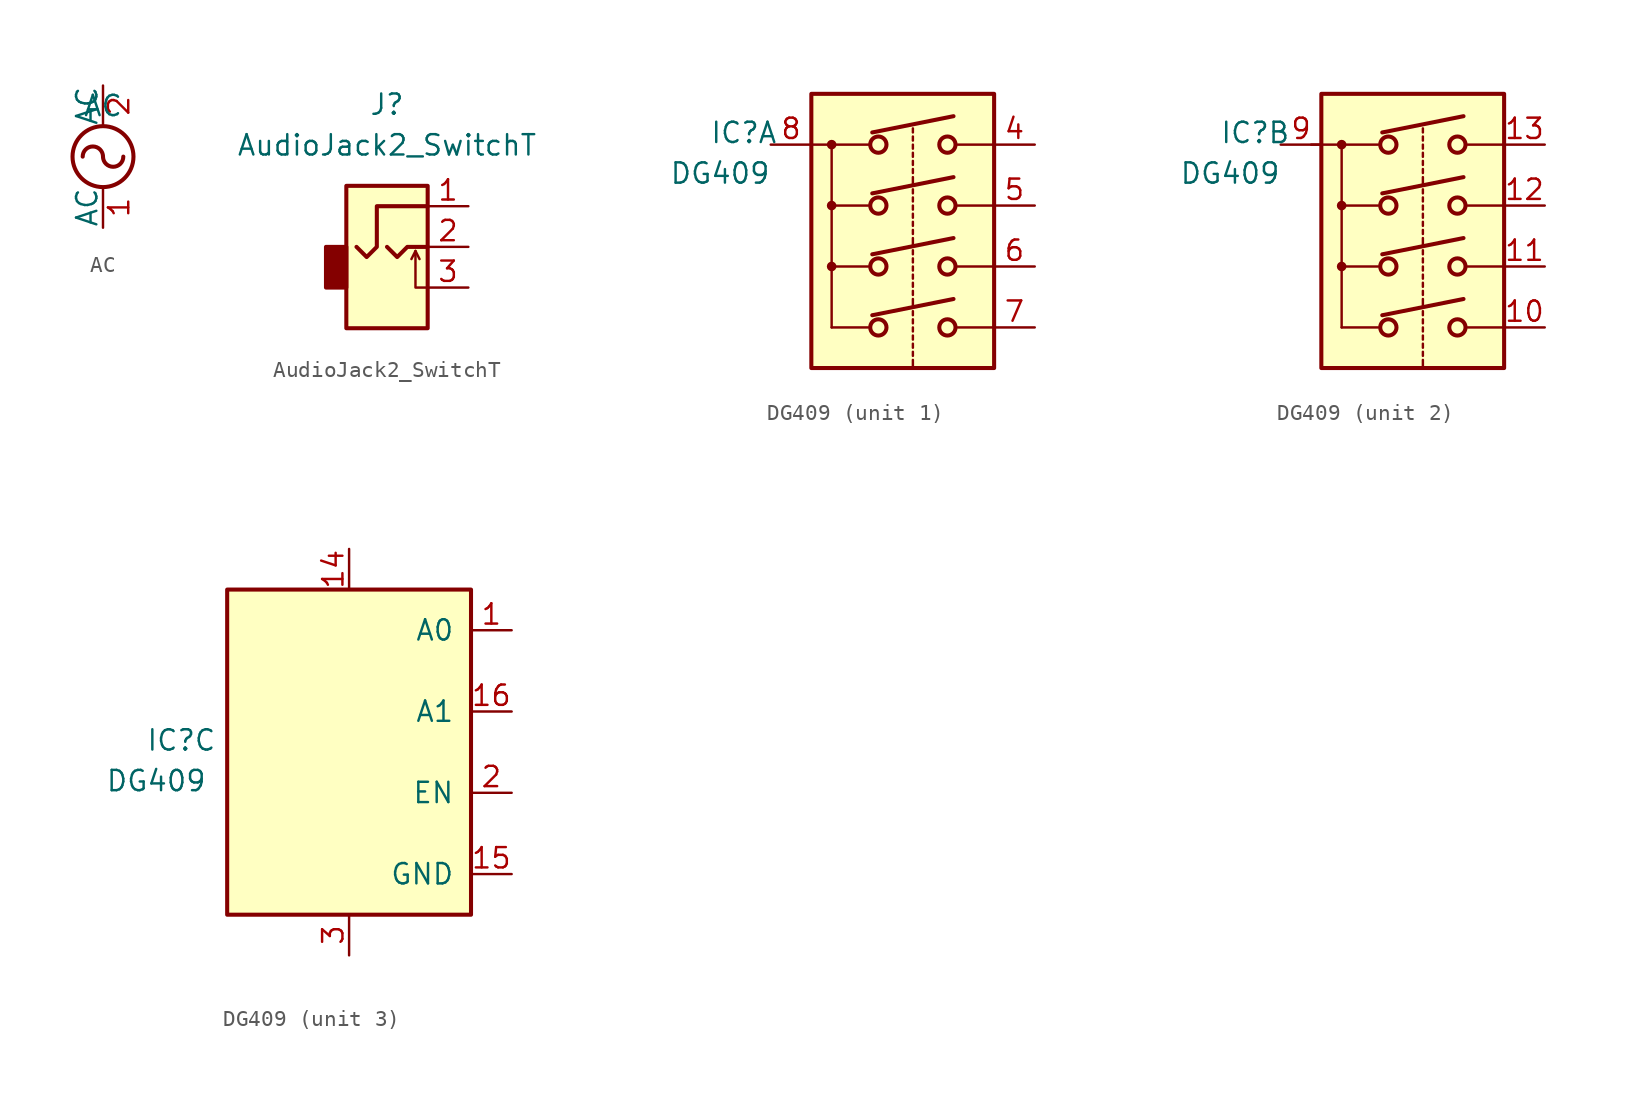
<source format=kicad_sym>
(kicad_symbol_lib
  (version 20220914)
  (generator kicad_symbol_editor)
  (symbol "AC"
    (pin_names
      (offset 0))
    (property "Reference" "#PWR"
      (at 0 -2.54 0)
      (effects (font (size 1.27 1.27)) hide))
    (property "Value" "AC"
      (at 0 6.35 0)
      (effects (font (size 1.27 1.27))))
    (symbol "AC_0_0"
      (pin power_in line (at 0 -1.27 90) (length 2.54) (name "AC" (effects (font (size 1.27 1.27)))) (number "1" (effects (font (size 1.27 1.27)))))
      (pin power_in line (at 0 7.62 270) (length 2.54) (name "AC" (effects (font (size 1.27 1.27)))) (number "2" (effects (font (size 1.27 1.27))))))
    (symbol "AC_0_1"
      (arc (start 0 3.175) (mid -0.635 3.8073) (end -1.27 3.175) (stroke (width 0.254) (type default)) (fill (type none)))
      (arc (start 0 3.175) (mid 0.635 2.5427) (end 1.27 3.175) (stroke (width 0.254) (type default)) (fill (type none)))
      (circle (center 0 3.175) (radius 1.905) (stroke (width 0.254) (type default)) (fill (type none)))))
  (symbol "AudioJack2_SwitchT"
    (property "Reference" "J"
      (at 0 8.89 0)
      (effects (font (size 1.27 1.27))))
    (property "Value" "AudioJack2_SwitchT"
      (at 0 6.35 0)
      (effects (font (size 1.27 1.27))))
    (symbol "AudioJack2_SwitchT_0_1"
      (rectangle (start -2.54 0) (end -3.81 -2.54) (stroke (width 0.254) (type default)) (fill (type outline)))
      (polyline (pts (xy 1.778 -0.254) (xy 2.032 -0.762)) (stroke (width 0) (type default)) (fill (type none)))
      (polyline (pts (xy 0 0) (xy 0.635 -0.635) (xy 1.27 0) (xy 2.54 0)) (stroke (width 0.254) (type default)) (fill (type none)))
      (polyline (pts (xy 2.54 -2.54) (xy 1.778 -2.54) (xy 1.778 -0.254) (xy 1.524 -0.762)) (stroke (width 0) (type default)) (fill (type none)))
      (polyline (pts (xy 2.54 2.54) (xy -0.635 2.54) (xy -0.635 0) (xy -1.27 -0.635) (xy -1.905 0)) (stroke (width 0.254) (type default)) (fill (type none)))
      (rectangle (start 2.54 3.81) (end -2.54 -5.08) (stroke (width 0.254) (type default)) (fill (type background))))
    (symbol "AudioJack2_SwitchT_1_1"
      (pin passive line (at 5.08 2.54 180) (length 2.54) (name "~" (effects (font (size 1.27 1.27)))) (number "1" (effects (font (size 1.27 1.27)))))
      (pin passive line (at 5.08 0 180) (length 2.54) (name "~" (effects (font (size 1.27 1.27)))) (number "2" (effects (font (size 1.27 1.27)))))
      (pin passive line (at 5.08 -2.54 180) (length 2.54) (name "~" (effects (font (size 1.27 1.27)))) (number "3" (effects (font (size 1.27 1.27)))))))
  (symbol "DG409"
    (pin_names
      (offset 1.016))
    (property "Reference" "IC"
      (at -12.7 0 0)
      (effects (font (size 1.27 1.27)) (justify left bottom)))
    (property "Value" "DG409"
      (at -15.24 -2.54 0)
      (effects (font (size 1.27 1.27)) (justify left bottom)))
    (property "ki_locked" ""
      (at 0 0 0)
      (effects (font (size 1.27 1.27))))
    (symbol "DG409_1_1"
      (rectangle (start -6.35 3.175) (end 5.08 -13.97) (stroke (width 0.254) (type default)) (fill (type background)))
      (circle (center -5.08 -7.62) (radius 0.225) (stroke (width 0) (type default)) (fill (type outline)))
      (circle (center -5.08 -3.81) (radius 0.225) (stroke (width 0) (type default)) (fill (type outline)))
      (circle (center -5.08 0) (radius 0.225) (stroke (width 0) (type default)) (fill (type outline)))
      (circle (center -2.159 -11.43) (radius 0.508) (stroke (width 0.254) (type default)) (fill (type none)))
      (circle (center -2.159 -7.62) (radius 0.508) (stroke (width 0.254) (type default)) (fill (type none)))
      (circle (center -2.159 -3.81) (radius 0.508) (stroke (width 0.254) (type default)) (fill (type none)))
      (circle (center -2.159 0) (radius 0.508) (stroke (width 0.254) (type default)) (fill (type none)))
      (polyline (pts (xy -6.35 0) (xy -2.667 0)) (stroke (width 0) (type default)) (fill (type none)))
      (polyline (pts (xy -5.08 -11.43) (xy -2.794 -11.43)) (stroke (width 0) (type default)) (fill (type none)))
      (polyline (pts (xy -5.08 -7.62) (xy -2.794 -7.62)) (stroke (width 0) (type default)) (fill (type none)))
      (polyline (pts (xy -5.08 -3.81) (xy -2.794 -3.81)) (stroke (width 0) (type default)) (fill (type none)))
      (polyline (pts (xy -5.08 0) (xy -5.08 -11.43)) (stroke (width 0) (type default)) (fill (type none)))
      (polyline (pts (xy -2.54 -10.668) (xy 2.54 -9.652)) (stroke (width 0.254) (type default)) (fill (type none)))
      (polyline (pts (xy -2.54 -6.858) (xy 2.54 -5.842)) (stroke (width 0.254) (type default)) (fill (type none)))
      (polyline (pts (xy -2.54 -3.048) (xy 2.54 -2.032)) (stroke (width 0.254) (type default)) (fill (type none)))
      (polyline (pts (xy -2.54 0.762) (xy 2.54 1.778)) (stroke (width 0.254) (type default)) (fill (type none)))
      (polyline (pts (xy 0 -13.97) (xy 0 -13.462)) (stroke (width 0) (type default)) (fill (type none)))
      (polyline (pts (xy 0 -13.208) (xy 0 -12.954)) (stroke (width 0) (type default)) (fill (type none)))
      (polyline (pts (xy 0 -12.7) (xy 0 -12.446)) (stroke (width 0) (type default)) (fill (type none)))
      (polyline (pts (xy 0 -12.192) (xy 0 -11.938)) (stroke (width 0) (type default)) (fill (type none)))
      (polyline (pts (xy 0 -11.684) (xy 0 -11.43)) (stroke (width 0) (type default)) (fill (type none)))
      (polyline (pts (xy 0 -11.176) (xy 0 -10.922)) (stroke (width 0) (type default)) (fill (type none)))
      (polyline (pts (xy 0 -10.668) (xy 0 -10.414)) (stroke (width 0) (type default)) (fill (type none)))
      (polyline (pts (xy 0 -10.16) (xy 0 -9.652)) (stroke (width 0) (type default)) (fill (type none)))
      (polyline (pts (xy 0 -9.398) (xy 0 -9.144)) (stroke (width 0) (type default)) (fill (type none)))
      (polyline (pts (xy 0 -8.89) (xy 0 -8.636)) (stroke (width 0) (type default)) (fill (type none)))
      (polyline (pts (xy 0 -8.382) (xy 0 -8.128)) (stroke (width 0) (type default)) (fill (type none)))
      (polyline (pts (xy 0 -7.874) (xy 0 -7.62)) (stroke (width 0) (type default)) (fill (type none)))
      (polyline (pts (xy 0 -7.366) (xy 0 -7.112)) (stroke (width 0) (type default)) (fill (type none)))
      (polyline (pts (xy 0 -6.858) (xy 0 -6.604)) (stroke (width 0) (type default)) (fill (type none)))
      (polyline (pts (xy 0 -6.35) (xy 0 -5.842)) (stroke (width 0) (type default)) (fill (type none)))
      (polyline (pts (xy 0 -5.588) (xy 0 -5.334)) (stroke (width 0) (type default)) (fill (type none)))
      (polyline (pts (xy 0 -5.08) (xy 0 -4.826)) (stroke (width 0) (type default)) (fill (type none)))
      (polyline (pts (xy 0 -4.572) (xy 0 -4.318)) (stroke (width 0) (type default)) (fill (type none)))
      (polyline (pts (xy 0 -4.064) (xy 0 -3.81)) (stroke (width 0) (type default)) (fill (type none)))
      (polyline (pts (xy 0 -3.556) (xy 0 -3.302)) (stroke (width 0) (type default)) (fill (type none)))
      (polyline (pts (xy 0 -3.048) (xy 0 -2.794)) (stroke (width 0) (type default)) (fill (type none)))
      (polyline (pts (xy 0 -2.54) (xy 0 -2.032)) (stroke (width 0) (type default)) (fill (type none)))
      (polyline (pts (xy 0 -1.778) (xy 0 -1.524)) (stroke (width 0) (type default)) (fill (type none)))
      (polyline (pts (xy 0 -1.27) (xy 0 -1.016)) (stroke (width 0) (type default)) (fill (type none)))
      (polyline (pts (xy 0 -0.762) (xy 0 -0.508)) (stroke (width 0) (type default)) (fill (type none)))
      (polyline (pts (xy 0 -0.254) (xy 0 0)) (stroke (width 0) (type default)) (fill (type none)))
      (polyline (pts (xy 0 0.254) (xy 0 0.508)) (stroke (width 0) (type default)) (fill (type none)))
      (polyline (pts (xy 0 0.762) (xy 0 1.016)) (stroke (width 0) (type default)) (fill (type none)))
      (polyline (pts (xy 5.08 -11.43) (xy 2.794 -11.43)) (stroke (width 0) (type default)) (fill (type none)))
      (polyline (pts (xy 5.08 -7.62) (xy 2.794 -7.62)) (stroke (width 0) (type default)) (fill (type none)))
      (polyline (pts (xy 5.08 -3.81) (xy 2.794 -3.81)) (stroke (width 0) (type default)) (fill (type none)))
      (polyline (pts (xy 5.08 0) (xy 2.794 0)) (stroke (width 0) (type default)) (fill (type none)))
      (circle (center 2.159 -11.43) (radius 0.508) (stroke (width 0.254) (type default)) (fill (type none)))
      (circle (center 2.159 -7.62) (radius 0.508) (stroke (width 0.254) (type default)) (fill (type none)))
      (circle (center 2.159 -3.81) (radius 0.508) (stroke (width 0.254) (type default)) (fill (type none)))
      (circle (center 2.159 0) (radius 0.508) (stroke (width 0.254) (type default)) (fill (type none)))
      (pin passive line (at 7.62 0 180) (length 2.54) (name "~" (effects (font (size 1.27 1.27)))) (number "4" (effects (font (size 1.27 1.27)))))
      (pin passive line (at 7.62 -3.81 180) (length 2.54) (name "~" (effects (font (size 1.27 1.27)))) (number "5" (effects (font (size 1.27 1.27)))))
      (pin passive line (at 7.62 -7.62 180) (length 2.54) (name "~" (effects (font (size 1.27 1.27)))) (number "6" (effects (font (size 1.27 1.27)))))
      (pin passive line (at 7.62 -11.43 180) (length 2.54) (name "~" (effects (font (size 1.27 1.27)))) (number "7" (effects (font (size 1.27 1.27)))))
      (pin passive line (at -8.89 0 0) (length 2.54) (name "~" (effects (font (size 1.27 1.27)))) (number "8" (effects (font (size 1.27 1.27))))))
    (symbol "DG409_2_1"
      (rectangle (start -6.35 3.175) (end 5.08 -13.97) (stroke (width 0.254) (type default)) (fill (type background)))
      (circle (center -5.08 -7.62) (radius 0.225) (stroke (width 0) (type default)) (fill (type outline)))
      (circle (center -5.08 -3.81) (radius 0.225) (stroke (width 0) (type default)) (fill (type outline)))
      (circle (center -5.08 0) (radius 0.225) (stroke (width 0) (type default)) (fill (type outline)))
      (circle (center -2.159 -11.43) (radius 0.508) (stroke (width 0.254) (type default)) (fill (type none)))
      (circle (center -2.159 -7.62) (radius 0.508) (stroke (width 0.254) (type default)) (fill (type none)))
      (circle (center -2.159 -3.81) (radius 0.508) (stroke (width 0.254) (type default)) (fill (type none)))
      (circle (center -2.159 0) (radius 0.508) (stroke (width 0.254) (type default)) (fill (type none)))
      (polyline (pts (xy -6.985 0) (xy -2.794 0)) (stroke (width 0) (type default)) (fill (type none)))
      (polyline (pts (xy -5.08 -11.43) (xy -2.794 -11.43)) (stroke (width 0) (type default)) (fill (type none)))
      (polyline (pts (xy -5.08 -7.62) (xy -2.794 -7.62)) (stroke (width 0) (type default)) (fill (type none)))
      (polyline (pts (xy -5.08 -3.81) (xy -2.794 -3.81)) (stroke (width 0) (type default)) (fill (type none)))
      (polyline (pts (xy -5.08 0) (xy -5.08 -11.43)) (stroke (width 0) (type default)) (fill (type none)))
      (polyline (pts (xy -2.54 -10.668) (xy 2.54 -9.652)) (stroke (width 0.254) (type default)) (fill (type none)))
      (polyline (pts (xy -2.54 -6.858) (xy 2.54 -5.842)) (stroke (width 0.254) (type default)) (fill (type none)))
      (polyline (pts (xy -2.54 -3.048) (xy 2.54 -2.032)) (stroke (width 0.254) (type default)) (fill (type none)))
      (polyline (pts (xy -2.54 0.762) (xy 2.54 1.778)) (stroke (width 0.254) (type default)) (fill (type none)))
      (polyline (pts (xy 0 -13.97) (xy 0 -13.462)) (stroke (width 0) (type default)) (fill (type none)))
      (polyline (pts (xy 0 -13.208) (xy 0 -12.954)) (stroke (width 0) (type default)) (fill (type none)))
      (polyline (pts (xy 0 -12.7) (xy 0 -12.446)) (stroke (width 0) (type default)) (fill (type none)))
      (polyline (pts (xy 0 -12.192) (xy 0 -11.938)) (stroke (width 0) (type default)) (fill (type none)))
      (polyline (pts (xy 0 -11.684) (xy 0 -11.43)) (stroke (width 0) (type default)) (fill (type none)))
      (polyline (pts (xy 0 -11.176) (xy 0 -10.922)) (stroke (width 0) (type default)) (fill (type none)))
      (polyline (pts (xy 0 -10.668) (xy 0 -10.414)) (stroke (width 0) (type default)) (fill (type none)))
      (polyline (pts (xy 0 -10.16) (xy 0 -9.652)) (stroke (width 0) (type default)) (fill (type none)))
      (polyline (pts (xy 0 -9.398) (xy 0 -9.144)) (stroke (width 0) (type default)) (fill (type none)))
      (polyline (pts (xy 0 -8.89) (xy 0 -8.636)) (stroke (width 0) (type default)) (fill (type none)))
      (polyline (pts (xy 0 -8.382) (xy 0 -8.128)) (stroke (width 0) (type default)) (fill (type none)))
      (polyline (pts (xy 0 -7.874) (xy 0 -7.62)) (stroke (width 0) (type default)) (fill (type none)))
      (polyline (pts (xy 0 -7.366) (xy 0 -7.112)) (stroke (width 0) (type default)) (fill (type none)))
      (polyline (pts (xy 0 -6.858) (xy 0 -6.604)) (stroke (width 0) (type default)) (fill (type none)))
      (polyline (pts (xy 0 -6.35) (xy 0 -5.842)) (stroke (width 0) (type default)) (fill (type none)))
      (polyline (pts (xy 0 -5.588) (xy 0 -5.334)) (stroke (width 0) (type default)) (fill (type none)))
      (polyline (pts (xy 0 -5.08) (xy 0 -4.826)) (stroke (width 0) (type default)) (fill (type none)))
      (polyline (pts (xy 0 -4.572) (xy 0 -4.318)) (stroke (width 0) (type default)) (fill (type none)))
      (polyline (pts (xy 0 -4.064) (xy 0 -3.81)) (stroke (width 0) (type default)) (fill (type none)))
      (polyline (pts (xy 0 -3.556) (xy 0 -3.302)) (stroke (width 0) (type default)) (fill (type none)))
      (polyline (pts (xy 0 -3.048) (xy 0 -2.794)) (stroke (width 0) (type default)) (fill (type none)))
      (polyline (pts (xy 0 -2.54) (xy 0 -2.032)) (stroke (width 0) (type default)) (fill (type none)))
      (polyline (pts (xy 0 -1.778) (xy 0 -1.524)) (stroke (width 0) (type default)) (fill (type none)))
      (polyline (pts (xy 0 -1.27) (xy 0 -1.016)) (stroke (width 0) (type default)) (fill (type none)))
      (polyline (pts (xy 0 -0.762) (xy 0 -0.508)) (stroke (width 0) (type default)) (fill (type none)))
      (polyline (pts (xy 0 -0.254) (xy 0 0)) (stroke (width 0) (type default)) (fill (type none)))
      (polyline (pts (xy 0 0.254) (xy 0 0.508)) (stroke (width 0) (type default)) (fill (type none)))
      (polyline (pts (xy 0 0.762) (xy 0 1.016)) (stroke (width 0) (type default)) (fill (type none)))
      (polyline (pts (xy 5.08 -11.43) (xy 2.794 -11.43)) (stroke (width 0) (type default)) (fill (type none)))
      (polyline (pts (xy 5.08 -7.62) (xy 2.794 -7.62)) (stroke (width 0) (type default)) (fill (type none)))
      (polyline (pts (xy 5.08 -3.81) (xy 2.794 -3.81)) (stroke (width 0) (type default)) (fill (type none)))
      (polyline (pts (xy 5.08 0) (xy 2.794 0)) (stroke (width 0) (type default)) (fill (type none)))
      (circle (center 2.159 -11.43) (radius 0.508) (stroke (width 0.254) (type default)) (fill (type none)))
      (circle (center 2.159 -7.62) (radius 0.508) (stroke (width 0.254) (type default)) (fill (type none)))
      (circle (center 2.159 -3.81) (radius 0.508) (stroke (width 0.254) (type default)) (fill (type none)))
      (circle (center 2.159 0) (radius 0.508) (stroke (width 0.254) (type default)) (fill (type none)))
      (pin passive line (at 7.62 -11.43 180) (length 2.54) (name "~" (effects (font (size 1.27 1.27)))) (number "10" (effects (font (size 1.27 1.27)))))
      (pin passive line (at 7.62 -7.62 180) (length 2.54) (name "~" (effects (font (size 1.27 1.27)))) (number "11" (effects (font (size 1.27 1.27)))))
      (pin passive line (at 7.62 -3.81 180) (length 2.54) (name "~" (effects (font (size 1.27 1.27)))) (number "12" (effects (font (size 1.27 1.27)))))
      (pin passive line (at 7.62 0 180) (length 2.54) (name "~" (effects (font (size 1.27 1.27)))) (number "13" (effects (font (size 1.27 1.27)))))
      (pin passive line (at -8.89 0 0) (length 2.54) (name "~" (effects (font (size 1.27 1.27)))) (number "9" (effects (font (size 1.27 1.27))))))
    (symbol "DG409_3_1"
      (rectangle (start -7.62 10.16) (end 7.62 -10.16) (stroke (width 0.254) (type default)) (fill (type background)))
      (pin passive line (at 10.16 7.62 180) (length 2.54) (name "A0" (effects (font (size 1.27 1.27)))) (number "1" (effects (font (size 1.27 1.27)))))
      (pin power_in line (at 0 12.7 270) (length 2.54) (name "~" (effects (font (size 1.27 1.27)))) (number "14" (effects (font (size 1.27 1.27)))))
      (pin passive line (at 10.16 -7.62 180) (length 2.54) (name "GND" (effects (font (size 1.27 1.27)))) (number "15" (effects (font (size 1.27 1.27)))))
      (pin passive line (at 10.16 2.54 180) (length 2.54) (name "A1" (effects (font (size 1.27 1.27)))) (number "16" (effects (font (size 1.27 1.27)))))
      (pin passive line (at 10.16 -2.54 180) (length 2.54) (name "EN" (effects (font (size 1.27 1.27)))) (number "2" (effects (font (size 1.27 1.27)))))
      (pin power_in line (at 0 -12.7 90) (length 2.54) (name "~" (effects (font (size 1.27 1.27)))) (number "3" (effects (font (size 1.27 1.27))))))))
</source>
